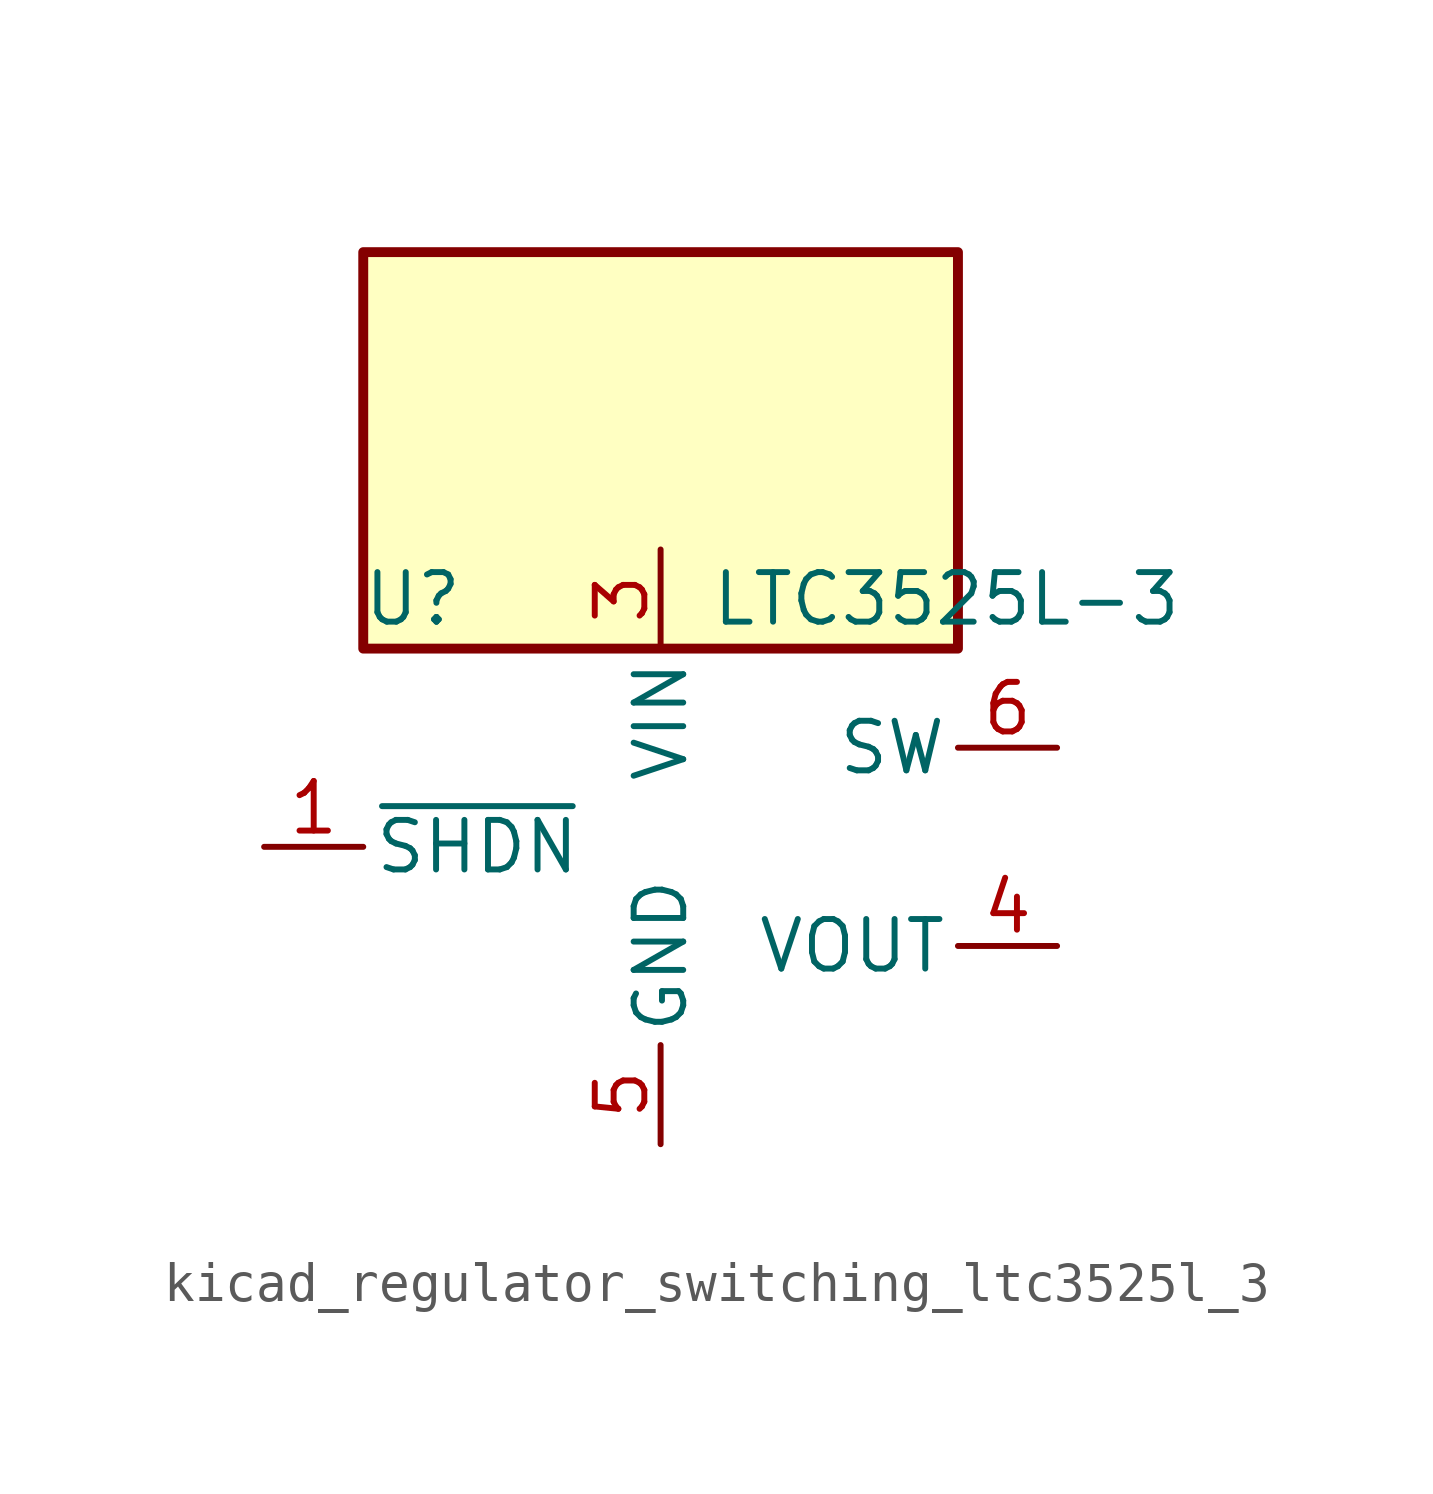
<source format=kicad_sym>
(kicad_symbol_lib
  (version 20220914)
  (generator kicad_symbol_editor)
  (symbol "kicad_regulator_switching_ltc3525l_3"
    (pin_names
      (offset 0.254))
    (property "Reference" "U"
      (at -6.35 6.35 0)
      (effects (font (size 1.27 1.27))))
    (property "Value" "LTC3525L-3"
      (at 1.27 6.35 0)
      (effects (font (size 1.27 1.27)) (justify left)))
    (symbol "kicad_regulator_switching_ltc3525l_3_0_1"
      (rectangle (start 7.62 15.24) (end -7.62 5.08) (stroke (width 0.254) (type default)) (fill (type background))))
    (symbol "kicad_regulator_switching_ltc3525l_3_1_1"
      (pin input line (at -10.16 0 0) (length 2.54) (name "~{SHDN}" (effects (font (size 1.27 1.27)))) (number "1" (effects (font (size 1.27 1.27)))))
      (pin passive line (at 0 -7.62 90) (length 2.54) hide (name "GND" (effects (font (size 1.27 1.27)))) (number "2" (effects (font (size 1.27 1.27)))))
      (pin power_in line (at 0 7.62 270) (length 2.54) (name "VIN" (effects (font (size 1.27 1.27)))) (number "3" (effects (font (size 1.27 1.27)))))
      (pin power_out line (at 10.16 -2.54 180) (length 2.54) (name "VOUT" (effects (font (size 1.27 1.27)))) (number "4" (effects (font (size 1.27 1.27)))))
      (pin power_in line (at 0 -7.62 90) (length 2.54) (name "GND" (effects (font (size 1.27 1.27)))) (number "5" (effects (font (size 1.27 1.27)))))
      (pin input line (at 10.16 2.54 180) (length 2.54) (name "SW" (effects (font (size 1.27 1.27)))) (number "6" (effects (font (size 1.27 1.27))))))))
</source>
